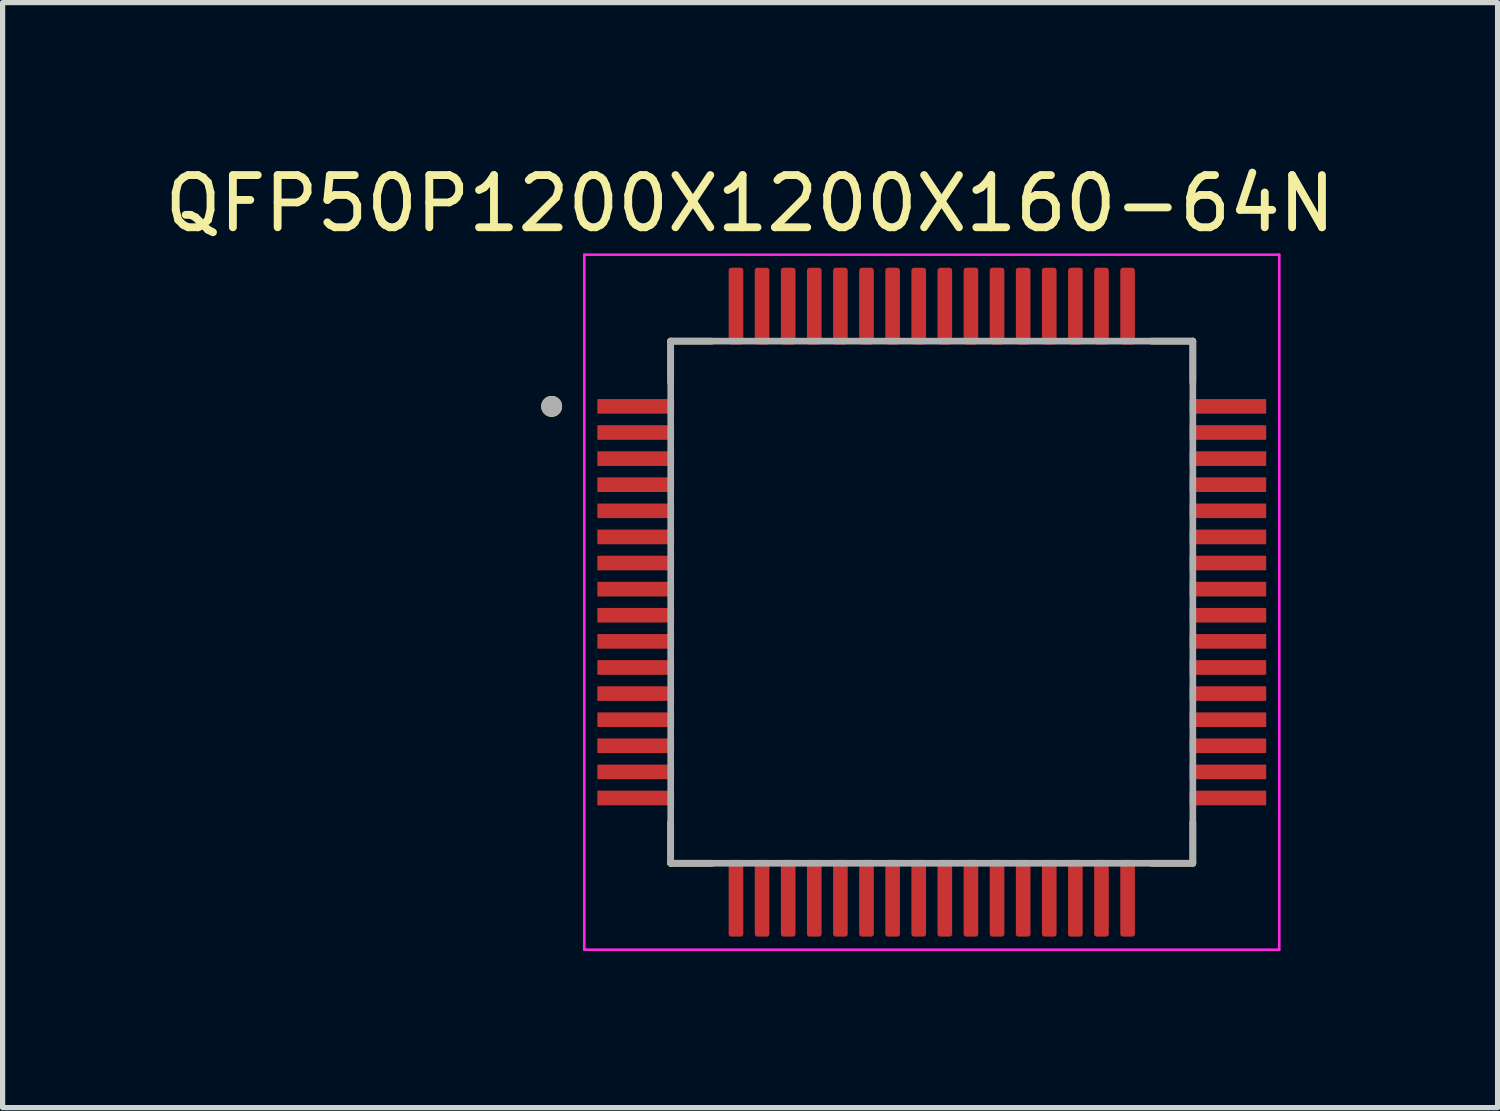
<source format=kicad_pcb>
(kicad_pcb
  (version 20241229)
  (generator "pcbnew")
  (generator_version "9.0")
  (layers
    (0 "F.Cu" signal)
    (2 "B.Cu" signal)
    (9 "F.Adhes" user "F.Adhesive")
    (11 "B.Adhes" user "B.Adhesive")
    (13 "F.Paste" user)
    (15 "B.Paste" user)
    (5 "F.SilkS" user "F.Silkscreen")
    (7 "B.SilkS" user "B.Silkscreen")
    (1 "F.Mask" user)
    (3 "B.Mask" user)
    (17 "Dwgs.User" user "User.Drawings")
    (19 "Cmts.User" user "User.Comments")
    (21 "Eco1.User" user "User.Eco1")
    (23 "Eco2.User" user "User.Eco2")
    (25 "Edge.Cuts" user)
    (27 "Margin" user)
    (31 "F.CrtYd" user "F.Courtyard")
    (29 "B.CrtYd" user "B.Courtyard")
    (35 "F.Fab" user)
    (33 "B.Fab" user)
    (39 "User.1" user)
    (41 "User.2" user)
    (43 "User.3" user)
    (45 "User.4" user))
  (footprint "QFP50P1200X1200X160-64N"
    (layer "F.Cu")
    (at 14.795 8.483)
    (property "Reference" "QFP50P1200X1200X160-64N" (at -3.48 -7.635 0) (layer "F.SilkS") (effects (font (size 1 1) (thickness 0.15))))
    (attr through_hole)
    (fp_line (start -5 -5) (end -5 -4.21) (stroke (width 0.127) (type solid)) (layer "F.SilkS"))
    (fp_line (start -5 -5) (end -4.21 -5) (stroke (width 0.127) (type solid)) (layer "F.SilkS"))
    (fp_line (start -5 5) (end -5 4.21) (stroke (width 0.127) (type solid)) (layer "F.SilkS"))
    (fp_line (start -5 5) (end -4.21 5) (stroke (width 0.127) (type solid)) (layer "F.SilkS"))
    (fp_line (start 5 -5) (end 4.21 -5) (stroke (width 0.127) (type solid)) (layer "F.SilkS"))
    (fp_line (start 5 -5) (end 5 -4.21) (stroke (width 0.127) (type solid)) (layer "F.SilkS"))
    (fp_line (start 5 5) (end 4.21 5) (stroke (width 0.127) (type solid)) (layer "F.SilkS"))
    (fp_line (start 5 5) (end 5 4.21) (stroke (width 0.127) (type solid)) (layer "F.SilkS"))
    (fp_circle (center -7.28 -3.75) (end -7.18 -3.75) (stroke (width 0.2) (type solid)) (fill no) (layer "F.SilkS"))
    (fp_line (start -6.655 -6.655) (end 6.655 -6.655) (stroke (width 0.05) (type solid)) (layer "F.CrtYd"))
    (fp_line (start -6.655 6.655) (end -6.655 -6.655) (stroke (width 0.05) (type solid)) (layer "F.CrtYd"))
    (fp_line (start -6.655 6.655) (end 6.655 6.655) (stroke (width 0.05) (type solid)) (layer "F.CrtYd"))
    (fp_line (start 6.655 6.655) (end 6.655 -6.655) (stroke (width 0.05) (type solid)) (layer "F.CrtYd"))
    (fp_line (start -5 5) (end -5 -5) (stroke (width 0.127) (type solid)) (layer "F.Fab"))
    (fp_line (start 5 -5) (end -5 -5) (stroke (width 0.127) (type solid)) (layer "F.Fab"))
    (fp_line (start 5 5) (end -5 5) (stroke (width 0.127) (type solid)) (layer "F.Fab"))
    (fp_line (start 5 5) (end 5 -5) (stroke (width 0.127) (type solid)) (layer "F.Fab"))
    (fp_circle (center -7.28 -3.75) (end -7.18 -3.75) (stroke (width 0.2) (type solid)) (fill no) (layer "F.Fab"))
    (pad "1" smd roundrect (at -5.67 -3.75) (size 1.47 0.28) (layers "F.Cu" "F.Mask" "F.Paste") (roundrect_rratio 0.04))
    (pad "2" smd roundrect (at -5.67 -3.25) (size 1.47 0.28) (layers "F.Cu" "F.Mask" "F.Paste") (roundrect_rratio 0.04))
    (pad "3" smd roundrect (at -5.67 -2.75) (size 1.47 0.28) (layers "F.Cu" "F.Mask" "F.Paste") (roundrect_rratio 0.04))
    (pad "4" smd roundrect (at -5.67 -2.25) (size 1.47 0.28) (layers "F.Cu" "F.Mask" "F.Paste") (roundrect_rratio 0.04))
    (pad "5" smd roundrect (at -5.67 -1.75) (size 1.47 0.28) (layers "F.Cu" "F.Mask" "F.Paste") (roundrect_rratio 0.04))
    (pad "6" smd roundrect (at -5.67 -1.25) (size 1.47 0.28) (layers "F.Cu" "F.Mask" "F.Paste") (roundrect_rratio 0.04))
    (pad "7" smd roundrect (at -5.67 -0.75) (size 1.47 0.28) (layers "F.Cu" "F.Mask" "F.Paste") (roundrect_rratio 0.04))
    (pad "8" smd roundrect (at -5.67 -0.25) (size 1.47 0.28) (layers "F.Cu" "F.Mask" "F.Paste") (roundrect_rratio 0.04))
    (pad "9" smd roundrect (at -5.67 0.25) (size 1.47 0.28) (layers "F.Cu" "F.Mask" "F.Paste") (roundrect_rratio 0.04))
    (pad "10" smd roundrect (at -5.67 0.75) (size 1.47 0.28) (layers "F.Cu" "F.Mask" "F.Paste") (roundrect_rratio 0.04))
    (pad "11" smd roundrect (at -5.67 1.25) (size 1.47 0.28) (layers "F.Cu" "F.Mask" "F.Paste") (roundrect_rratio 0.04))
    (pad "12" smd roundrect (at -5.67 1.75) (size 1.47 0.28) (layers "F.Cu" "F.Mask" "F.Paste") (roundrect_rratio 0.04))
    (pad "13" smd roundrect (at -5.67 2.25) (size 1.47 0.28) (layers "F.Cu" "F.Mask" "F.Paste") (roundrect_rratio 0.04))
    (pad "14" smd roundrect (at -5.67 2.75) (size 1.47 0.28) (layers "F.Cu" "F.Mask" "F.Paste") (roundrect_rratio 0.04))
    (pad "15" smd roundrect (at -5.67 3.25) (size 1.47 0.28) (layers "F.Cu" "F.Mask" "F.Paste") (roundrect_rratio 0.04))
    (pad "16" smd roundrect (at -5.67 3.75) (size 1.47 0.28) (layers "F.Cu" "F.Mask" "F.Paste") (roundrect_rratio 0.04))
    (pad "17" smd roundrect (at -3.75 5.67) (size 0.28 1.47) (layers "F.Cu" "F.Mask" "F.Paste") (roundrect_rratio 0.18))
    (pad "18" smd roundrect (at -3.25 5.67) (size 0.28 1.47) (layers "F.Cu" "F.Mask" "F.Paste") (roundrect_rratio 0.18))
    (pad "19" smd roundrect (at -2.75 5.67) (size 0.28 1.47) (layers "F.Cu" "F.Mask" "F.Paste") (roundrect_rratio 0.18))
    (pad "20" smd roundrect (at -2.25 5.67) (size 0.28 1.47) (layers "F.Cu" "F.Mask" "F.Paste") (roundrect_rratio 0.18))
    (pad "21" smd roundrect (at -1.75 5.67) (size 0.28 1.47) (layers "F.Cu" "F.Mask" "F.Paste") (roundrect_rratio 0.18))
    (pad "22" smd roundrect (at -1.25 5.67) (size 0.28 1.47) (layers "F.Cu" "F.Mask" "F.Paste") (roundrect_rratio 0.18))
    (pad "23" smd roundrect (at -0.75 5.67) (size 0.28 1.47) (layers "F.Cu" "F.Mask" "F.Paste") (roundrect_rratio 0.18))
    (pad "24" smd roundrect (at -0.25 5.67) (size 0.28 1.47) (layers "F.Cu" "F.Mask" "F.Paste") (roundrect_rratio 0.18))
    (pad "25" smd roundrect (at 0.25 5.67) (size 0.28 1.47) (layers "F.Cu" "F.Mask" "F.Paste") (roundrect_rratio 0.18))
    (pad "26" smd roundrect (at 0.75 5.67) (size 0.28 1.47) (layers "F.Cu" "F.Mask" "F.Paste") (roundrect_rratio 0.18))
    (pad "27" smd roundrect (at 1.25 5.67) (size 0.28 1.47) (layers "F.Cu" "F.Mask" "F.Paste") (roundrect_rratio 0.18))
    (pad "28" smd roundrect (at 1.75 5.67) (size 0.28 1.47) (layers "F.Cu" "F.Mask" "F.Paste") (roundrect_rratio 0.18))
    (pad "29" smd roundrect (at 2.25 5.67) (size 0.28 1.47) (layers "F.Cu" "F.Mask" "F.Paste") (roundrect_rratio 0.18))
    (pad "30" smd roundrect (at 2.75 5.67) (size 0.28 1.47) (layers "F.Cu" "F.Mask" "F.Paste") (roundrect_rratio 0.18))
    (pad "31" smd roundrect (at 3.25 5.67) (size 0.28 1.47) (layers "F.Cu" "F.Mask" "F.Paste") (roundrect_rratio 0.18))
    (pad "32" smd roundrect (at 3.75 5.67) (size 0.28 1.47) (layers "F.Cu" "F.Mask" "F.Paste") (roundrect_rratio 0.18))
    (pad "33" smd roundrect (at 5.67 3.75) (size 1.47 0.28) (layers "F.Cu" "F.Mask" "F.Paste") (roundrect_rratio 0.04))
    (pad "34" smd roundrect (at 5.67 3.25) (size 1.47 0.28) (layers "F.Cu" "F.Mask" "F.Paste") (roundrect_rratio 0.04))
    (pad "35" smd roundrect (at 5.67 2.75) (size 1.47 0.28) (layers "F.Cu" "F.Mask" "F.Paste") (roundrect_rratio 0.04))
    (pad "36" smd roundrect (at 5.67 2.25) (size 1.47 0.28) (layers "F.Cu" "F.Mask" "F.Paste") (roundrect_rratio 0.04))
    (pad "37" smd roundrect (at 5.67 1.75) (size 1.47 0.28) (layers "F.Cu" "F.Mask" "F.Paste") (roundrect_rratio 0.04))
    (pad "38" smd roundrect (at 5.67 1.25) (size 1.47 0.28) (layers "F.Cu" "F.Mask" "F.Paste") (roundrect_rratio 0.04))
    (pad "39" smd roundrect (at 5.67 0.75) (size 1.47 0.28) (layers "F.Cu" "F.Mask" "F.Paste") (roundrect_rratio 0.04))
    (pad "40" smd roundrect (at 5.67 0.25) (size 1.47 0.28) (layers "F.Cu" "F.Mask" "F.Paste") (roundrect_rratio 0.04))
    (pad "41" smd roundrect (at 5.67 -0.25) (size 1.47 0.28) (layers "F.Cu" "F.Mask" "F.Paste") (roundrect_rratio 0.04))
    (pad "42" smd roundrect (at 5.67 -0.75) (size 1.47 0.28) (layers "F.Cu" "F.Mask" "F.Paste") (roundrect_rratio 0.04))
    (pad "43" smd roundrect (at 5.67 -1.25) (size 1.47 0.28) (layers "F.Cu" "F.Mask" "F.Paste") (roundrect_rratio 0.04))
    (pad "44" smd roundrect (at 5.67 -1.75) (size 1.47 0.28) (layers "F.Cu" "F.Mask" "F.Paste") (roundrect_rratio 0.04))
    (pad "45" smd roundrect (at 5.67 -2.25) (size 1.47 0.28) (layers "F.Cu" "F.Mask" "F.Paste") (roundrect_rratio 0.04))
    (pad "46" smd roundrect (at 5.67 -2.75) (size 1.47 0.28) (layers "F.Cu" "F.Mask" "F.Paste") (roundrect_rratio 0.04))
    (pad "47" smd roundrect (at 5.67 -3.25) (size 1.47 0.28) (layers "F.Cu" "F.Mask" "F.Paste") (roundrect_rratio 0.04))
    (pad "48" smd roundrect (at 5.67 -3.75) (size 1.47 0.28) (layers "F.Cu" "F.Mask" "F.Paste") (roundrect_rratio 0.04))
    (pad "49" smd roundrect (at 3.75 -5.67) (size 0.28 1.47) (layers "F.Cu" "F.Mask" "F.Paste") (roundrect_rratio 0.18))
    (pad "50" smd roundrect (at 3.25 -5.67) (size 0.28 1.47) (layers "F.Cu" "F.Mask" "F.Paste") (roundrect_rratio 0.18))
    (pad "51" smd roundrect (at 2.75 -5.67) (size 0.28 1.47) (layers "F.Cu" "F.Mask" "F.Paste") (roundrect_rratio 0.18))
    (pad "52" smd roundrect (at 2.25 -5.67) (size 0.28 1.47) (layers "F.Cu" "F.Mask" "F.Paste") (roundrect_rratio 0.18))
    (pad "53" smd roundrect (at 1.75 -5.67) (size 0.28 1.47) (layers "F.Cu" "F.Mask" "F.Paste") (roundrect_rratio 0.18))
    (pad "54" smd roundrect (at 1.25 -5.67) (size 0.28 1.47) (layers "F.Cu" "F.Mask" "F.Paste") (roundrect_rratio 0.18))
    (pad "55" smd roundrect (at 0.75 -5.67) (size 0.28 1.47) (layers "F.Cu" "F.Mask" "F.Paste") (roundrect_rratio 0.18))
    (pad "56" smd roundrect (at 0.25 -5.67) (size 0.28 1.47) (layers "F.Cu" "F.Mask" "F.Paste") (roundrect_rratio 0.18))
    (pad "57" smd roundrect (at -0.25 -5.67) (size 0.28 1.47) (layers "F.Cu" "F.Mask" "F.Paste") (roundrect_rratio 0.18))
    (pad "58" smd roundrect (at -0.75 -5.67) (size 0.28 1.47) (layers "F.Cu" "F.Mask" "F.Paste") (roundrect_rratio 0.18))
    (pad "59" smd roundrect (at -1.25 -5.67) (size 0.28 1.47) (layers "F.Cu" "F.Mask" "F.Paste") (roundrect_rratio 0.18))
    (pad "60" smd roundrect (at -1.75 -5.67) (size 0.28 1.47) (layers "F.Cu" "F.Mask" "F.Paste") (roundrect_rratio 0.18))
    (pad "61" smd roundrect (at -2.25 -5.67) (size 0.28 1.47) (layers "F.Cu" "F.Mask" "F.Paste") (roundrect_rratio 0.18))
    (pad "62" smd roundrect (at -2.75 -5.67) (size 0.28 1.47) (layers "F.Cu" "F.Mask" "F.Paste") (roundrect_rratio 0.18))
    (pad "63" smd roundrect (at -3.25 -5.67) (size 0.28 1.47) (layers "F.Cu" "F.Mask" "F.Paste") (roundrect_rratio 0.18))
    (pad "64" smd roundrect (at -3.75 -5.67) (size 0.28 1.47) (layers "F.Cu" "F.Mask" "F.Paste") (roundrect_rratio 0.18)))
  (gr_rect
    (start -3 -3)
    (end 25.631 18.163)
    (stroke (width 0.1) (type default))
    (fill no)
    (layer "Edge.Cuts")))
</source>
